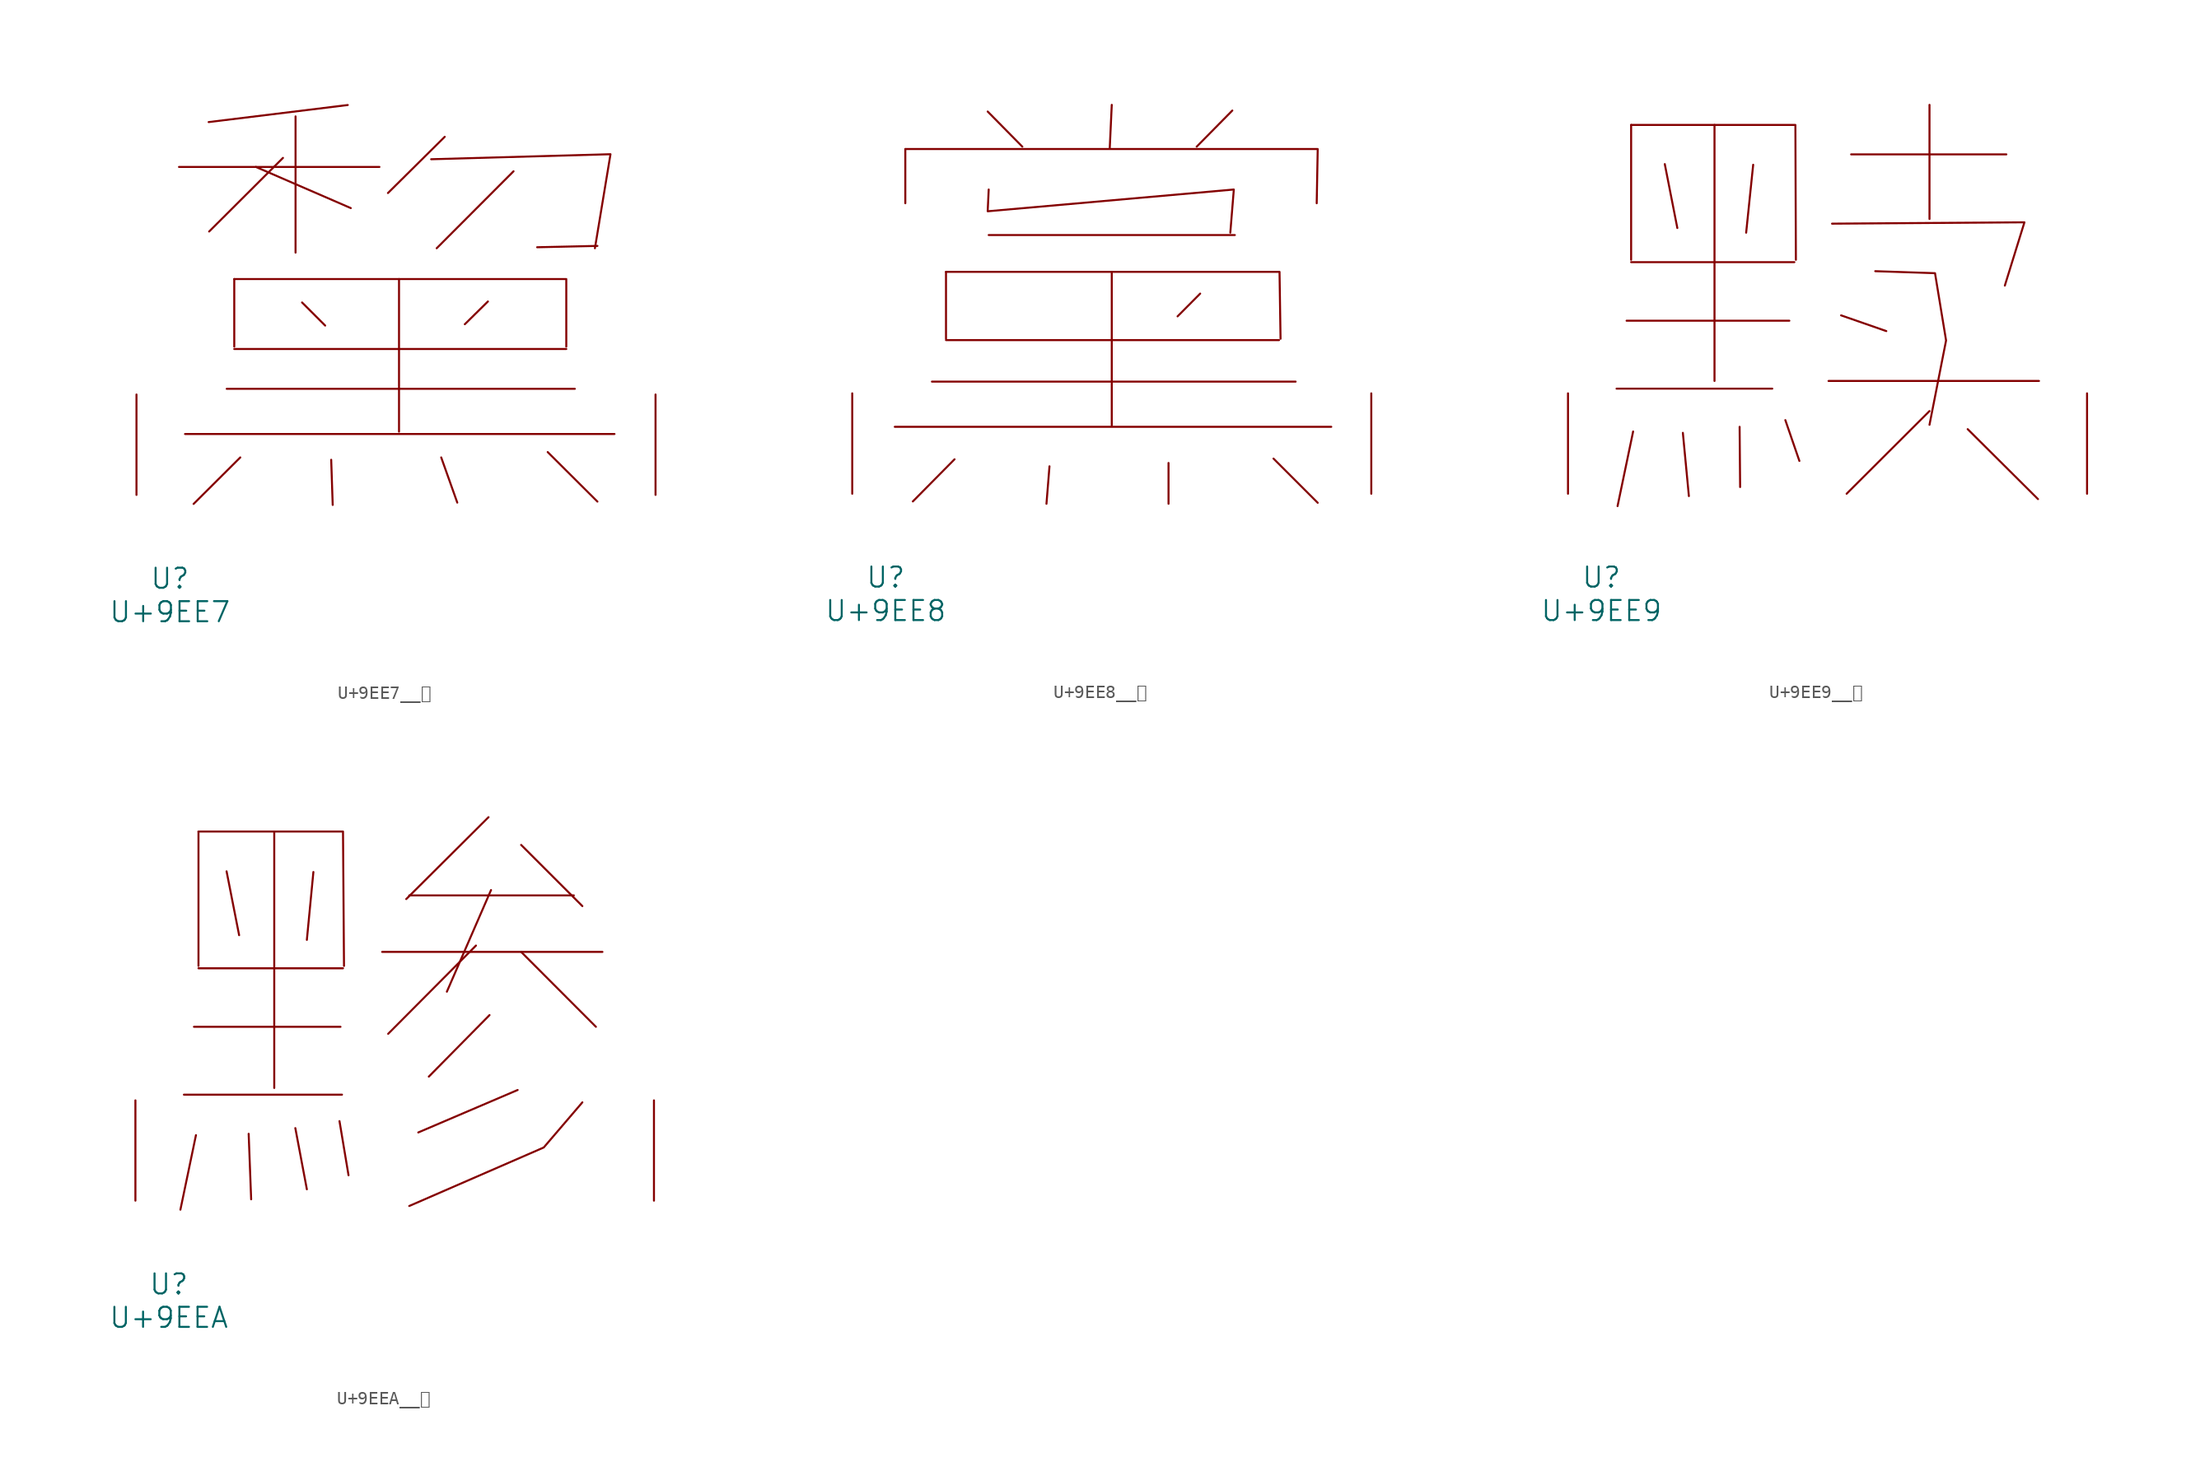
<source format=kicad_sym>
(kicad_symbol_lib
  (version 20231120)
  (generator "kicad_symbol_editor")
  (generator_version "8.0")
  (symbol "U+9EE7__黧"
    (pin_names
      (offset 1.016))
    (property "Reference" "U"
      (at 0 -6.35 0)
      (effects (font (size 1.524 1.524))))
    (property "Value" "U+9EE7"
      (at 0 -8.89 0)
      (effects (font (size 1.524 1.524))))
    (symbol "U+9EE7__黧_0_1"
      (polyline (pts (xy 0.686 24.892) (xy 15.888 24.892)) (stroke (width 0) (type solid)) (fill (type none)))
      (polyline (pts (xy 1.143 4.623) (xy 33.718 4.623)) (stroke (width 0) (type solid)) (fill (type none)))
      (polyline (pts (xy 4.305 8.052) (xy 30.709 8.052)) (stroke (width 0) (type solid)) (fill (type none)))
      (polyline (pts (xy 4.877 11.074) (xy 30.061 11.074)) (stroke (width 0) (type solid)) (fill (type none)))
      (polyline (pts (xy 4.877 16.383) (xy 4.877 11.252)) (stroke (width 0) (type solid)) (fill (type none)))
      (polyline (pts (xy 5.334 2.845) (xy 1.791 -0.686)) (stroke (width 0) (type solid)) (fill (type none)))
      (polyline (pts (xy 6.515 24.892) (xy 13.716 21.768)) (stroke (width 0) (type solid)) (fill (type none)))
      (polyline (pts (xy 8.572 25.578) (xy 2.972 19.99)) (stroke (width 0) (type solid)) (fill (type none)))
      (polyline (pts (xy 9.525 28.727) (xy 9.525 18.39)) (stroke (width 0) (type solid)) (fill (type none)))
      (polyline (pts (xy 10.02 14.605) (xy 11.773 12.852)) (stroke (width 0) (type solid)) (fill (type none)))
      (polyline (pts (xy 12.23 2.667) (xy 12.344 -0.762)) (stroke (width 0) (type solid)) (fill (type none)))
      (polyline (pts (xy 13.487 29.591) (xy 2.934 28.296)) (stroke (width 0) (type solid)) (fill (type none)))
      (polyline (pts (xy 17.374 16.383) (xy 17.374 4.801)) (stroke (width 0) (type solid)) (fill (type none)))
      (polyline (pts (xy 20.574 2.845) (xy 21.793 -0.584)) (stroke (width 0) (type solid)) (fill (type none)))
      (polyline (pts (xy 20.841 27.178) (xy 16.535 22.911)) (stroke (width 0) (type solid)) (fill (type none)))
      (polyline (pts (xy 24.117 14.681) (xy 22.365 12.954)) (stroke (width 0) (type solid)) (fill (type none)))
      (polyline (pts (xy 26.06 24.562) (xy 20.231 18.72)) (stroke (width 0) (type solid)) (fill (type none)))
      (polyline (pts (xy 28.651 3.251) (xy 32.423 -0.508)) (stroke (width 0) (type solid)) (fill (type none)))
      (polyline (pts (xy 32.423 18.898) (xy 27.851 18.796)) (stroke (width 0) (type solid)) (fill (type none)))
      (polyline (pts (xy 4.877 16.383) (xy 30.061 16.383) (xy 30.061 11.252)) (stroke (width 0) (type solid)) (fill (type none)))
      (polyline (pts (xy 19.812 25.476) (xy 33.414 25.857) (xy 32.233 18.72)) (stroke (width 0) (type solid)) (fill (type none)))
      (pin input line (at -2.54 0 90) (length 7.62) (name "~" (effects (font (size 1.27 1.27)))) (number "~" (effects (font (size 1.27 1.27)))))
      (pin input line (at 36.83 0 90) (length 7.62) (name "~" (effects (font (size 1.27 1.27)))) (number "~" (effects (font (size 1.27 1.27)))))))
  (symbol "U+9EE8__黨"
    (pin_names
      (offset 1.016))
    (property "Reference" "U"
      (at 0 -6.35 0)
      (effects (font (size 1.524 1.524))))
    (property "Value" "U+9EE8"
      (at 0 -8.89 0)
      (effects (font (size 1.524 1.524))))
    (symbol "U+9EE8__黨_0_1"
      (polyline (pts (xy 0.686 5.08) (xy 33.795 5.08)) (stroke (width 0) (type solid)) (fill (type none)))
      (polyline (pts (xy 1.486 26.162) (xy 1.486 22.047)) (stroke (width 0) (type solid)) (fill (type none)))
      (polyline (pts (xy 3.505 8.509) (xy 31.09 8.509)) (stroke (width 0) (type solid)) (fill (type none)))
      (polyline (pts (xy 4.572 11.659) (xy 29.832 11.659)) (stroke (width 0) (type solid)) (fill (type none)))
      (polyline (pts (xy 4.572 16.84) (xy 4.572 11.76)) (stroke (width 0) (type solid)) (fill (type none)))
      (polyline (pts (xy 5.22 2.616) (xy 2.057 -0.584)) (stroke (width 0) (type solid)) (fill (type none)))
      (polyline (pts (xy 7.734 29.007) (xy 10.363 26.34)) (stroke (width 0) (type solid)) (fill (type none)))
      (polyline (pts (xy 7.811 19.634) (xy 26.48 19.634)) (stroke (width 0) (type solid)) (fill (type none)))
      (polyline (pts (xy 12.421 2.083) (xy 12.192 -0.762)) (stroke (width 0) (type solid)) (fill (type none)))
      (polyline (pts (xy 17.145 16.84) (xy 17.145 5.182)) (stroke (width 0) (type solid)) (fill (type none)))
      (polyline (pts (xy 17.145 29.515) (xy 16.993 26.238)) (stroke (width 0) (type solid)) (fill (type none)))
      (polyline (pts (xy 21.45 2.337) (xy 21.45 -0.762)) (stroke (width 0) (type solid)) (fill (type none)))
      (polyline (pts (xy 23.851 15.189) (xy 22.136 13.462)) (stroke (width 0) (type solid)) (fill (type none)))
      (polyline (pts (xy 26.289 29.083) (xy 23.584 26.34)) (stroke (width 0) (type solid)) (fill (type none)))
      (polyline (pts (xy 29.413 2.667) (xy 32.766 -0.686)) (stroke (width 0) (type solid)) (fill (type none)))
      (polyline (pts (xy 1.486 26.162) (xy 32.766 26.162) (xy 32.69 22.047)) (stroke (width 0) (type solid)) (fill (type none)))
      (polyline (pts (xy 4.572 16.84) (xy 29.87 16.84) (xy 29.947 11.76)) (stroke (width 0) (type solid)) (fill (type none)))
      (polyline (pts (xy 7.811 23.089) (xy 7.734 21.438) (xy 26.403 23.089) (xy 26.137 19.812)) (stroke (width 0) (type solid)) (fill (type none)))
      (pin input line (at -2.54 0 90) (length 7.62) (name "~" (effects (font (size 1.27 1.27)))) (number "~" (effects (font (size 1.27 1.27)))))
      (pin input line (at 36.83 0 90) (length 7.62) (name "~" (effects (font (size 1.27 1.27)))) (number "~" (effects (font (size 1.27 1.27)))))))
  (symbol "U+9EE9__黩"
    (pin_names
      (offset 1.016))
    (property "Reference" "U"
      (at 0 -6.35 0)
      (effects (font (size 1.524 1.524))))
    (property "Value" "U+9EE9"
      (at 0 -8.89 0)
      (effects (font (size 1.524 1.524))))
    (symbol "U+9EE9__黩_0_1"
      (polyline (pts (xy 1.143 7.976) (xy 12.954 7.976)) (stroke (width 0) (type solid)) (fill (type none)))
      (polyline (pts (xy 1.905 13.132) (xy 14.249 13.132)) (stroke (width 0) (type solid)) (fill (type none)))
      (polyline (pts (xy 2.248 17.577) (xy 14.63 17.577)) (stroke (width 0) (type solid)) (fill (type none)))
      (polyline (pts (xy 2.248 27.991) (xy 2.248 17.755)) (stroke (width 0) (type solid)) (fill (type none)))
      (polyline (pts (xy 2.4 4.724) (xy 1.219 -0.94)) (stroke (width 0) (type solid)) (fill (type none)))
      (polyline (pts (xy 4.801 25.019) (xy 5.753 20.168)) (stroke (width 0) (type solid)) (fill (type none)))
      (polyline (pts (xy 6.172 4.623) (xy 6.629 -0.178)) (stroke (width 0) (type solid)) (fill (type none)))
      (polyline (pts (xy 8.572 27.991) (xy 8.572 8.56)) (stroke (width 0) (type solid)) (fill (type none)))
      (polyline (pts (xy 10.477 5.08) (xy 10.516 0.508)) (stroke (width 0) (type solid)) (fill (type none)))
      (polyline (pts (xy 11.506 24.968) (xy 10.973 19.812)) (stroke (width 0) (type solid)) (fill (type none)))
      (polyline (pts (xy 13.945 5.588) (xy 15.011 2.489)) (stroke (width 0) (type solid)) (fill (type none)))
      (polyline (pts (xy 17.221 8.56) (xy 33.185 8.56)) (stroke (width 0) (type solid)) (fill (type none)))
      (polyline (pts (xy 18.174 13.538) (xy 21.603 12.344)) (stroke (width 0) (type solid)) (fill (type none)))
      (polyline (pts (xy 18.936 25.756) (xy 30.709 25.756)) (stroke (width 0) (type solid)) (fill (type none)))
      (polyline (pts (xy 24.879 6.274) (xy 18.593 0)) (stroke (width 0) (type solid)) (fill (type none)))
      (polyline (pts (xy 24.879 29.515) (xy 24.879 20.853)) (stroke (width 0) (type solid)) (fill (type none)))
      (polyline (pts (xy 27.775 4.902) (xy 33.109 -0.406)) (stroke (width 0) (type solid)) (fill (type none)))
      (polyline (pts (xy 2.248 27.991) (xy 14.707 27.991) (xy 14.745 17.755)) (stroke (width 0) (type solid)) (fill (type none)))
      (polyline (pts (xy 17.488 20.498) (xy 32.08 20.599) (xy 30.594 15.799)) (stroke (width 0) (type solid)) (fill (type none)))
      (polyline (pts (xy 20.765 16.891) (xy 25.298 16.739) (xy 26.137 11.633) (xy 24.879 5.232)) (stroke (width 0) (type solid)) (fill (type none)))
      (pin input line (at -2.54 0 90) (length 7.62) (name "~" (effects (font (size 1.27 1.27)))) (number "~" (effects (font (size 1.27 1.27)))))
      (pin input line (at 36.83 0 90) (length 7.62) (name "~" (effects (font (size 1.27 1.27)))) (number "~" (effects (font (size 1.27 1.27)))))))
  (symbol "U+9EEA__黪"
    (pin_names
      (offset 1.016))
    (property "Reference" "U"
      (at 0 -6.35 0)
      (effects (font (size 1.524 1.524))))
    (property "Value" "U+9EEA"
      (at 0 -8.89 0)
      (effects (font (size 1.524 1.524))))
    (symbol "U+9EEA__黪_0_1"
      (polyline (pts (xy 1.143 8.052) (xy 13.145 8.052)) (stroke (width 0) (type solid)) (fill (type none)))
      (polyline (pts (xy 1.905 13.208) (xy 13.03 13.208)) (stroke (width 0) (type solid)) (fill (type none)))
      (polyline (pts (xy 2.057 4.978) (xy 0.876 -0.686)) (stroke (width 0) (type solid)) (fill (type none)))
      (polyline (pts (xy 2.248 17.653) (xy 13.221 17.653)) (stroke (width 0) (type solid)) (fill (type none)))
      (polyline (pts (xy 2.248 28.042) (xy 2.248 17.831)) (stroke (width 0) (type solid)) (fill (type none)))
      (polyline (pts (xy 4.381 25.019) (xy 5.334 20.168)) (stroke (width 0) (type solid)) (fill (type none)))
      (polyline (pts (xy 6.058 5.08) (xy 6.248 0.102)) (stroke (width 0) (type solid)) (fill (type none)))
      (polyline (pts (xy 8.001 28.042) (xy 8.001 8.56)) (stroke (width 0) (type solid)) (fill (type none)))
      (polyline (pts (xy 9.601 5.512) (xy 10.477 0.864)) (stroke (width 0) (type solid)) (fill (type none)))
      (polyline (pts (xy 10.973 24.968) (xy 10.477 19.812)) (stroke (width 0) (type solid)) (fill (type none)))
      (polyline (pts (xy 12.954 6.045) (xy 13.64 1.93)) (stroke (width 0) (type solid)) (fill (type none)))
      (polyline (pts (xy 16.192 18.898) (xy 32.918 18.898)) (stroke (width 0) (type solid)) (fill (type none)))
      (polyline (pts (xy 18.25 23.19) (xy 30.747 23.19)) (stroke (width 0) (type solid)) (fill (type none)))
      (polyline (pts (xy 23.317 19.38) (xy 16.65 12.675)) (stroke (width 0) (type solid)) (fill (type none)))
      (polyline (pts (xy 24.27 29.134) (xy 18.021 22.911)) (stroke (width 0) (type solid)) (fill (type none)))
      (polyline (pts (xy 24.346 14.097) (xy 19.736 9.423)) (stroke (width 0) (type solid)) (fill (type none)))
      (polyline (pts (xy 24.46 23.597) (xy 21.107 15.875)) (stroke (width 0) (type solid)) (fill (type none)))
      (polyline (pts (xy 26.48 8.407) (xy 18.936 5.182)) (stroke (width 0) (type solid)) (fill (type none)))
      (polyline (pts (xy 26.746 18.898) (xy 32.423 13.208)) (stroke (width 0) (type solid)) (fill (type none)))
      (polyline (pts (xy 26.746 27.026) (xy 31.394 22.377)) (stroke (width 0) (type solid)) (fill (type none)))
      (polyline (pts (xy 2.248 28.042) (xy 13.221 28.042) (xy 13.297 17.831)) (stroke (width 0) (type solid)) (fill (type none)))
      (polyline (pts (xy 31.394 7.468) (xy 28.461 4.039) (xy 18.25 -0.406)) (stroke (width 0) (type solid)) (fill (type none)))
      (pin input line (at -2.54 0 90) (length 7.62) (name "~" (effects (font (size 1.27 1.27)))) (number "~" (effects (font (size 1.27 1.27)))))
      (pin input line (at 36.83 0 90) (length 7.62) (name "~" (effects (font (size 1.27 1.27)))) (number "~" (effects (font (size 1.27 1.27))))))))
</source>
